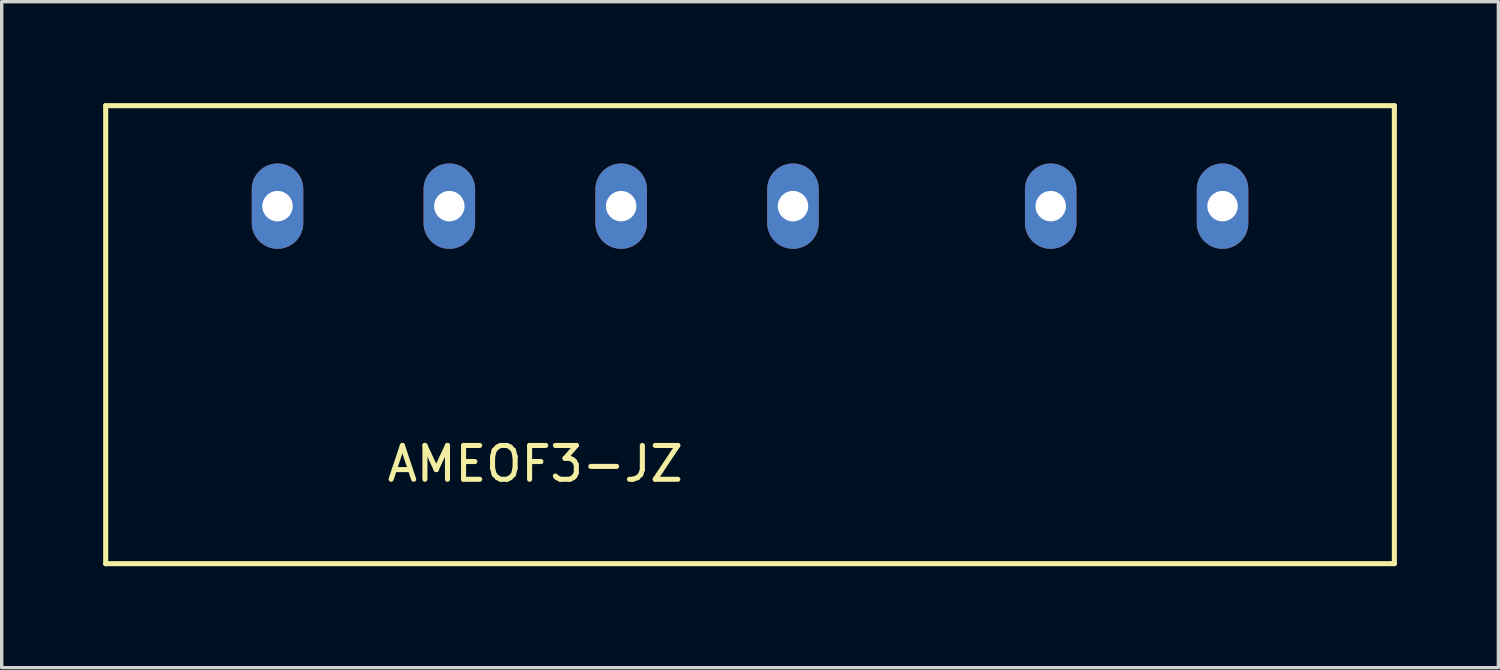
<source format=kicad_pcb>
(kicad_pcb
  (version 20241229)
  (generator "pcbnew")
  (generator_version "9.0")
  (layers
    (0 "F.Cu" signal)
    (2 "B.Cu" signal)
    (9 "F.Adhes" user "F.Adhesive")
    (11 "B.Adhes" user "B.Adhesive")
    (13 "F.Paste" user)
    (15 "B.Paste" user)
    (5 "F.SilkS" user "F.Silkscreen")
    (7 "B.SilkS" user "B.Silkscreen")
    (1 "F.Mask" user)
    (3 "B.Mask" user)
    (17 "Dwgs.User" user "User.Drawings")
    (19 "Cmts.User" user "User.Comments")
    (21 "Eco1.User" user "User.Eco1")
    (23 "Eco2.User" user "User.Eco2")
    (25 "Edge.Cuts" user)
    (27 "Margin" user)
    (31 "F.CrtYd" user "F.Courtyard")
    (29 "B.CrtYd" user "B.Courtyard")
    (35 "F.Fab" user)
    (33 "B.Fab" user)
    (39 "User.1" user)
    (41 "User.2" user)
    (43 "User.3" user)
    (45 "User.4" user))
  (footprint "AMEOF3-JZ"
    (layer "F.Cu")
    (at 5.155 3.045)
    (property "Reference" "AMEOF3-JZ" (at 7.62 7.62 0) (layer "F.SilkS") (effects (font (size 1 1) (thickness 0.15))))
    (attr through_hole)
    (fp_line (start -5.08 10.57) (end -5.08 -2.97) (stroke (width 0.15) (type solid)) (layer "F.SilkS"))
    (fp_line (start 33.02 -2.97) (end -5.08 -2.97) (stroke (width 0.15) (type solid)) (layer "F.SilkS"))
    (fp_line (start 33.02 10.57) (end -5.08 10.57) (stroke (width 0.15) (type solid)) (layer "F.SilkS"))
    (fp_line (start 33.02 10.57) (end 33.02 -2.97) (stroke (width 0.15) (type solid)) (layer "F.SilkS"))
    (pad "1" thru_hole oval (at 0 0) (size 1.524 2.524) (drill 0.9) (layers "*.Cu" "*.Mask"))
    (pad "3" thru_hole oval (at 5.08 0) (size 1.524 2.524) (drill 0.9) (layers "*.Cu" "*.Mask"))
    (pad "5" thru_hole oval (at 10.16 0) (size 1.524 2.524) (drill 0.9) (layers "*.Cu" "*.Mask"))
    (pad "7" thru_hole oval (at 15.24 0) (size 1.524 2.524) (drill 0.9) (layers "*.Cu" "*.Mask"))
    (pad "10" thru_hole oval (at 22.86 0) (size 1.524 2.524) (drill 0.9) (layers "*.Cu" "*.Mask"))
    (pad "12" thru_hole oval (at 27.94 0) (size 1.524 2.524) (drill 0.9) (layers "*.Cu" "*.Mask")))
  (gr_rect
    (start -3 -3)
    (end 41.25 16.69)
    (stroke (width 0.1) (type default))
    (fill no)
    (layer "Edge.Cuts")))
</source>
